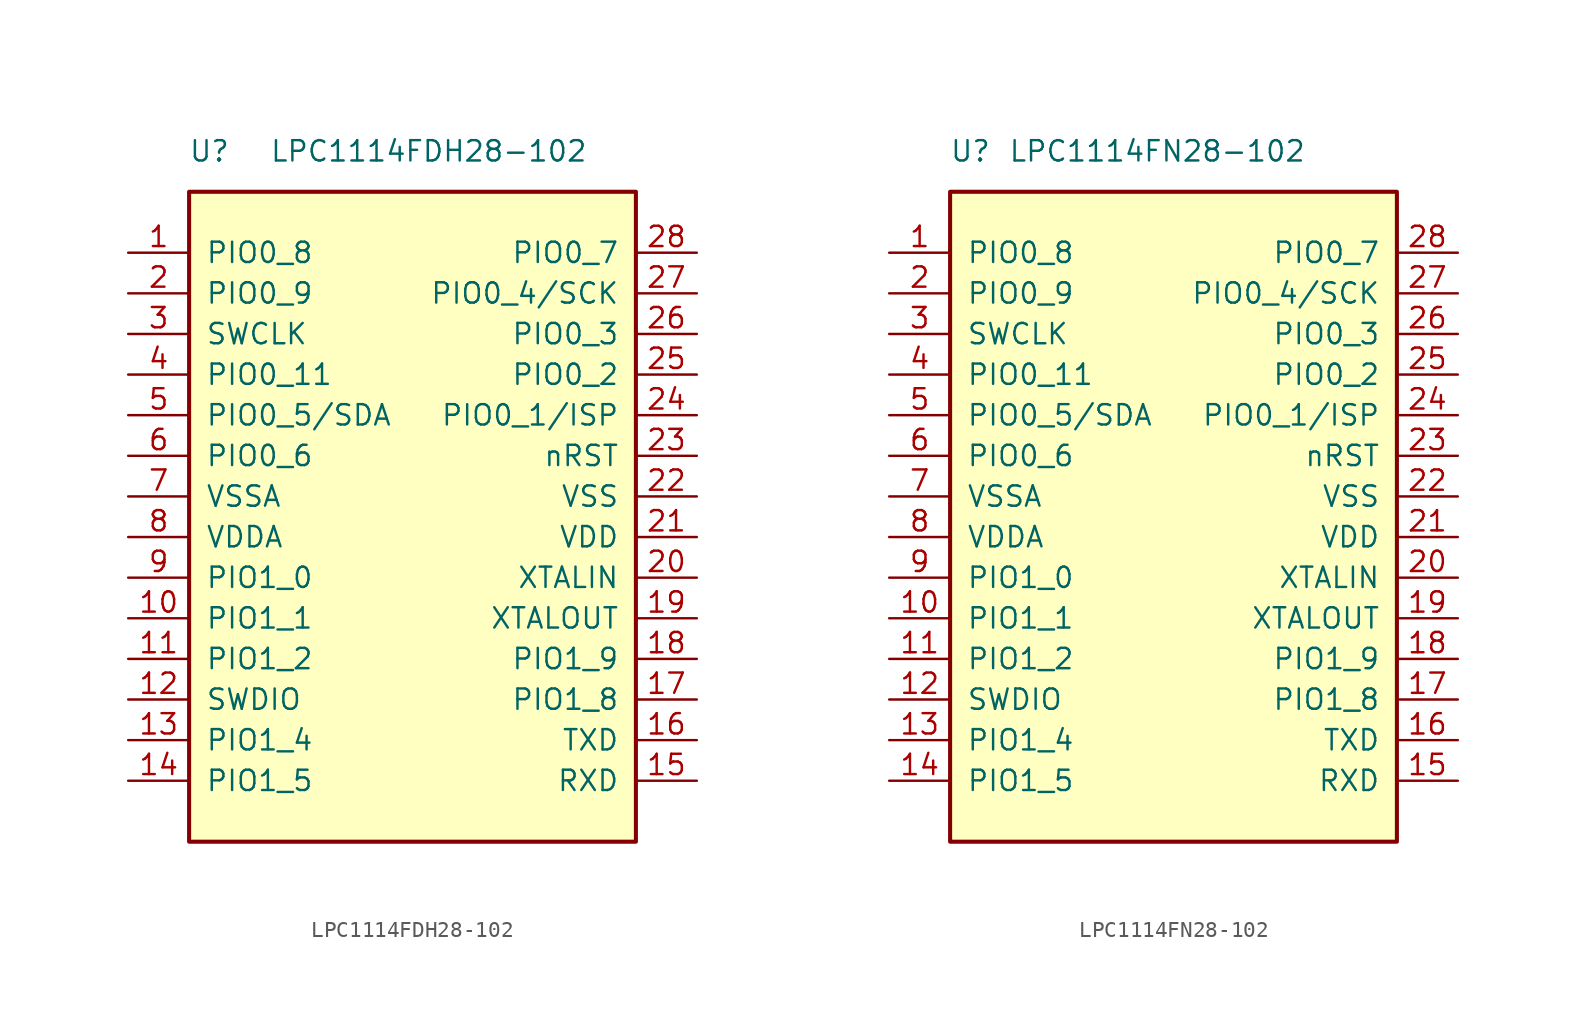
<source format=kicad_sym>
(kicad_symbol_lib
  (version 20241209)
  (generator "kicad_symbol_editor")
  (generator_version "9.0")
  (symbol "LPC1114FDH28-102"
    (pin_names
      (offset 1.016))
    (property "Reference" "U"
      (at -12.7 36.83 0)
      (effects (font (size 1.27 1.27))))
    (property "Value" "LPC1114FDH28-102"
      (at 1.016 36.83 0)
      (effects (font (size 1.27 1.27))))
    (symbol "LPC1114FDH28-102_0_1"
      (rectangle (start -13.97 34.29) (end 13.97 -6.35) (stroke (width 0.254) (type default)) (fill (type background))))
    (symbol "LPC1114FDH28-102_1_1"
      (pin bidirectional line (at -17.78 30.48 0) (length 3.81) (name "PIO0_8" (effects (font (size 1.27 1.27)))) (number "1" (effects (font (size 1.27 1.27)))))
      (pin bidirectional line (at -17.78 27.94 0) (length 3.81) (name "PIO0_9" (effects (font (size 1.27 1.27)))) (number "2" (effects (font (size 1.27 1.27)))))
      (pin bidirectional line (at -17.78 25.4 0) (length 3.81) (name "SWCLK" (effects (font (size 1.27 1.27)))) (number "3" (effects (font (size 1.27 1.27)))))
      (pin bidirectional line (at -17.78 22.86 0) (length 3.81) (name "PIO0_11" (effects (font (size 1.27 1.27)))) (number "4" (effects (font (size 1.27 1.27)))))
      (pin bidirectional line (at -17.78 20.32 0) (length 3.81) (name "PIO0_5/SDA" (effects (font (size 1.27 1.27)))) (number "5" (effects (font (size 1.27 1.27)))))
      (pin bidirectional line (at -17.78 17.78 0) (length 3.81) (name "PIO0_6" (effects (font (size 1.27 1.27)))) (number "6" (effects (font (size 1.27 1.27)))))
      (pin power_in line (at -17.78 15.24 0) (length 3.81) (name "VSSA" (effects (font (size 1.27 1.27)))) (number "7" (effects (font (size 1.27 1.27)))))
      (pin power_in line (at -17.78 12.7 0) (length 3.81) (name "VDDA" (effects (font (size 1.27 1.27)))) (number "8" (effects (font (size 1.27 1.27)))))
      (pin bidirectional line (at -17.78 10.16 0) (length 3.81) (name "PIO1_0" (effects (font (size 1.27 1.27)))) (number "9" (effects (font (size 1.27 1.27)))))
      (pin bidirectional line (at -17.78 7.62 0) (length 3.81) (name "PIO1_1" (effects (font (size 1.27 1.27)))) (number "10" (effects (font (size 1.27 1.27)))))
      (pin bidirectional line (at -17.78 5.08 0) (length 3.81) (name "PIO1_2" (effects (font (size 1.27 1.27)))) (number "11" (effects (font (size 1.27 1.27)))))
      (pin bidirectional line (at -17.78 2.54 0) (length 3.81) (name "SWDIO" (effects (font (size 1.27 1.27)))) (number "12" (effects (font (size 1.27 1.27)))))
      (pin bidirectional line (at -17.78 0 0) (length 3.81) (name "PIO1_4" (effects (font (size 1.27 1.27)))) (number "13" (effects (font (size 1.27 1.27)))))
      (pin bidirectional line (at -17.78 -2.54 0) (length 3.81) (name "PIO1_5" (effects (font (size 1.27 1.27)))) (number "14" (effects (font (size 1.27 1.27)))))
      (pin bidirectional line (at 17.78 30.48 180) (length 3.81) (name "PIO0_7" (effects (font (size 1.27 1.27)))) (number "28" (effects (font (size 1.27 1.27)))))
      (pin bidirectional line (at 17.78 27.94 180) (length 3.81) (name "PIO0_4/SCK" (effects (font (size 1.27 1.27)))) (number "27" (effects (font (size 1.27 1.27)))))
      (pin bidirectional line (at 17.78 25.4 180) (length 3.81) (name "PIO0_3" (effects (font (size 1.27 1.27)))) (number "26" (effects (font (size 1.27 1.27)))))
      (pin bidirectional line (at 17.78 22.86 180) (length 3.81) (name "PIO0_2" (effects (font (size 1.27 1.27)))) (number "25" (effects (font (size 1.27 1.27)))))
      (pin bidirectional line (at 17.78 20.32 180) (length 3.81) (name "PIO0_1/ISP" (effects (font (size 1.27 1.27)))) (number "24" (effects (font (size 1.27 1.27)))))
      (pin bidirectional line (at 17.78 17.78 180) (length 3.81) (name "nRST" (effects (font (size 1.27 1.27)))) (number "23" (effects (font (size 1.27 1.27)))))
      (pin power_in line (at 17.78 15.24 180) (length 3.81) (name "VSS" (effects (font (size 1.27 1.27)))) (number "22" (effects (font (size 1.27 1.27)))))
      (pin power_in line (at 17.78 12.7 180) (length 3.81) (name "VDD" (effects (font (size 1.27 1.27)))) (number "21" (effects (font (size 1.27 1.27)))))
      (pin input line (at 17.78 10.16 180) (length 3.81) (name "XTALIN" (effects (font (size 1.27 1.27)))) (number "20" (effects (font (size 1.27 1.27)))))
      (pin output line (at 17.78 7.62 180) (length 3.81) (name "XTALOUT" (effects (font (size 1.27 1.27)))) (number "19" (effects (font (size 1.27 1.27)))))
      (pin bidirectional line (at 17.78 5.08 180) (length 3.81) (name "PIO1_9" (effects (font (size 1.27 1.27)))) (number "18" (effects (font (size 1.27 1.27)))))
      (pin bidirectional line (at 17.78 2.54 180) (length 3.81) (name "PIO1_8" (effects (font (size 1.27 1.27)))) (number "17" (effects (font (size 1.27 1.27)))))
      (pin bidirectional line (at 17.78 0 180) (length 3.81) (name "TXD" (effects (font (size 1.27 1.27)))) (number "16" (effects (font (size 1.27 1.27)))))
      (pin bidirectional line (at 17.78 -2.54 180) (length 3.81) (name "RXD" (effects (font (size 1.27 1.27)))) (number "15" (effects (font (size 1.27 1.27)))))))
  (symbol "LPC1114FN28-102"
    (pin_names
      (offset 1.016))
    (property "Reference" "U"
      (at -12.7 36.83 0)
      (effects (font (size 1.27 1.27))))
    (property "Value" "LPC1114FN28-102"
      (at -1.016 36.83 0)
      (effects (font (size 1.27 1.27))))
    (symbol "LPC1114FN28-102_0_1"
      (rectangle (start -13.97 34.29) (end 13.97 -6.35) (stroke (width 0.254) (type default)) (fill (type background))))
    (symbol "LPC1114FN28-102_1_1"
      (pin bidirectional line (at -17.78 30.48 0) (length 3.81) (name "PIO0_8" (effects (font (size 1.27 1.27)))) (number "1" (effects (font (size 1.27 1.27)))))
      (pin bidirectional line (at -17.78 27.94 0) (length 3.81) (name "PIO0_9" (effects (font (size 1.27 1.27)))) (number "2" (effects (font (size 1.27 1.27)))))
      (pin bidirectional line (at -17.78 25.4 0) (length 3.81) (name "SWCLK" (effects (font (size 1.27 1.27)))) (number "3" (effects (font (size 1.27 1.27)))))
      (pin bidirectional line (at -17.78 22.86 0) (length 3.81) (name "PIO0_11" (effects (font (size 1.27 1.27)))) (number "4" (effects (font (size 1.27 1.27)))))
      (pin bidirectional line (at -17.78 20.32 0) (length 3.81) (name "PIO0_5/SDA" (effects (font (size 1.27 1.27)))) (number "5" (effects (font (size 1.27 1.27)))))
      (pin bidirectional line (at -17.78 17.78 0) (length 3.81) (name "PIO0_6" (effects (font (size 1.27 1.27)))) (number "6" (effects (font (size 1.27 1.27)))))
      (pin power_in line (at -17.78 15.24 0) (length 3.81) (name "VSSA" (effects (font (size 1.27 1.27)))) (number "7" (effects (font (size 1.27 1.27)))))
      (pin power_in line (at -17.78 12.7 0) (length 3.81) (name "VDDA" (effects (font (size 1.27 1.27)))) (number "8" (effects (font (size 1.27 1.27)))))
      (pin bidirectional line (at -17.78 10.16 0) (length 3.81) (name "PIO1_0" (effects (font (size 1.27 1.27)))) (number "9" (effects (font (size 1.27 1.27)))))
      (pin bidirectional line (at -17.78 7.62 0) (length 3.81) (name "PIO1_1" (effects (font (size 1.27 1.27)))) (number "10" (effects (font (size 1.27 1.27)))))
      (pin bidirectional line (at -17.78 5.08 0) (length 3.81) (name "PIO1_2" (effects (font (size 1.27 1.27)))) (number "11" (effects (font (size 1.27 1.27)))))
      (pin bidirectional line (at -17.78 2.54 0) (length 3.81) (name "SWDIO" (effects (font (size 1.27 1.27)))) (number "12" (effects (font (size 1.27 1.27)))))
      (pin bidirectional line (at -17.78 0 0) (length 3.81) (name "PIO1_4" (effects (font (size 1.27 1.27)))) (number "13" (effects (font (size 1.27 1.27)))))
      (pin bidirectional line (at -17.78 -2.54 0) (length 3.81) (name "PIO1_5" (effects (font (size 1.27 1.27)))) (number "14" (effects (font (size 1.27 1.27)))))
      (pin bidirectional line (at 17.78 30.48 180) (length 3.81) (name "PIO0_7" (effects (font (size 1.27 1.27)))) (number "28" (effects (font (size 1.27 1.27)))))
      (pin bidirectional line (at 17.78 27.94 180) (length 3.81) (name "PIO0_4/SCK" (effects (font (size 1.27 1.27)))) (number "27" (effects (font (size 1.27 1.27)))))
      (pin bidirectional line (at 17.78 25.4 180) (length 3.81) (name "PIO0_3" (effects (font (size 1.27 1.27)))) (number "26" (effects (font (size 1.27 1.27)))))
      (pin bidirectional line (at 17.78 22.86 180) (length 3.81) (name "PIO0_2" (effects (font (size 1.27 1.27)))) (number "25" (effects (font (size 1.27 1.27)))))
      (pin bidirectional line (at 17.78 20.32 180) (length 3.81) (name "PIO0_1/ISP" (effects (font (size 1.27 1.27)))) (number "24" (effects (font (size 1.27 1.27)))))
      (pin bidirectional line (at 17.78 17.78 180) (length 3.81) (name "nRST" (effects (font (size 1.27 1.27)))) (number "23" (effects (font (size 1.27 1.27)))))
      (pin power_in line (at 17.78 15.24 180) (length 3.81) (name "VSS" (effects (font (size 1.27 1.27)))) (number "22" (effects (font (size 1.27 1.27)))))
      (pin power_in line (at 17.78 12.7 180) (length 3.81) (name "VDD" (effects (font (size 1.27 1.27)))) (number "21" (effects (font (size 1.27 1.27)))))
      (pin input line (at 17.78 10.16 180) (length 3.81) (name "XTALIN" (effects (font (size 1.27 1.27)))) (number "20" (effects (font (size 1.27 1.27)))))
      (pin output line (at 17.78 7.62 180) (length 3.81) (name "XTALOUT" (effects (font (size 1.27 1.27)))) (number "19" (effects (font (size 1.27 1.27)))))
      (pin bidirectional line (at 17.78 5.08 180) (length 3.81) (name "PIO1_9" (effects (font (size 1.27 1.27)))) (number "18" (effects (font (size 1.27 1.27)))))
      (pin bidirectional line (at 17.78 2.54 180) (length 3.81) (name "PIO1_8" (effects (font (size 1.27 1.27)))) (number "17" (effects (font (size 1.27 1.27)))))
      (pin bidirectional line (at 17.78 0 180) (length 3.81) (name "TXD" (effects (font (size 1.27 1.27)))) (number "16" (effects (font (size 1.27 1.27)))))
      (pin bidirectional line (at 17.78 -2.54 180) (length 3.81) (name "RXD" (effects (font (size 1.27 1.27)))) (number "15" (effects (font (size 1.27 1.27))))))))
</source>
